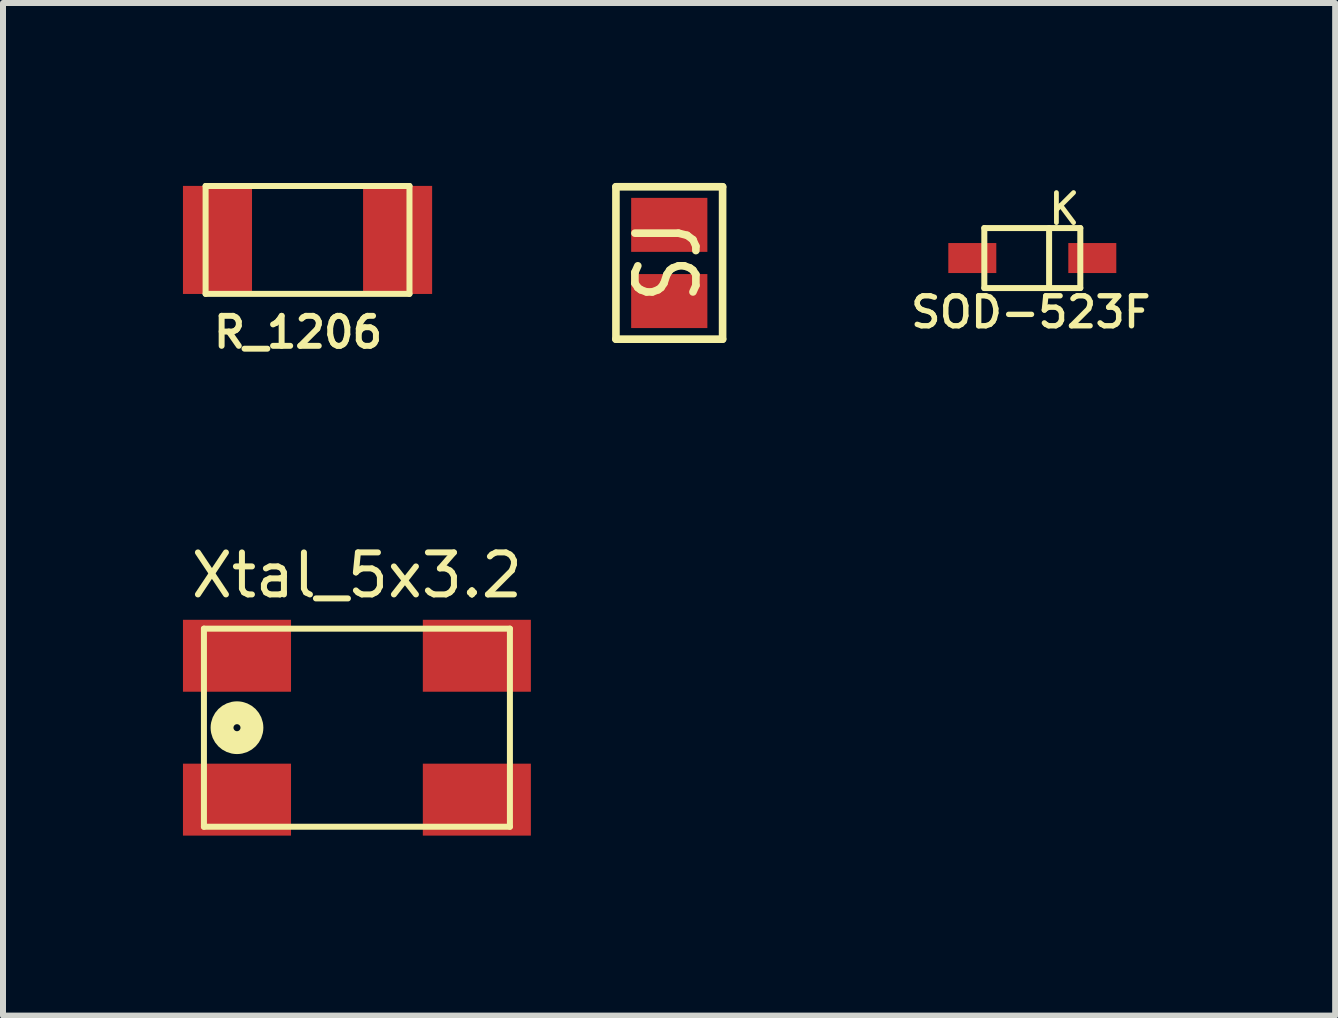
<source format=kicad_pcb>
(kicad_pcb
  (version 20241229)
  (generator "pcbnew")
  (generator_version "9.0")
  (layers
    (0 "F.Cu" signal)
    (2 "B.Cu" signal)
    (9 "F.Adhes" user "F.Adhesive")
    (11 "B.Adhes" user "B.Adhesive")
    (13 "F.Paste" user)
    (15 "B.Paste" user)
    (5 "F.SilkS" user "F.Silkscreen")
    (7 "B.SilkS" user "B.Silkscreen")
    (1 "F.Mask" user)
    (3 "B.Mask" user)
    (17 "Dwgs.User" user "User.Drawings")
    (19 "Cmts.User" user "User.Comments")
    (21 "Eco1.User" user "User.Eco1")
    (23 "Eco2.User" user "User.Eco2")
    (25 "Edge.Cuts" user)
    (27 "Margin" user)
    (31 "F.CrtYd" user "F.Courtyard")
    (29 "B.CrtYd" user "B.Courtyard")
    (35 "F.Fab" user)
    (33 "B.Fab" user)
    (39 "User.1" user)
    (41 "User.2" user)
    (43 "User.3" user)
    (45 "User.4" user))
  (footprint "SJ"
    (layer "F.Cu")
    (at 8.105 1.333)
    (property "Reference" "SJ" (at -0.02 -0.025 90) (layer "F.SilkS") (effects (font (size 1.016 0.762) (thickness 0.127))))
    (attr exclude_from_pos_files exclude_from_bom)
    (fp_line (start -0.889 -1.27) (end -0.889 1.27) (stroke (width 0.127) (type solid)) (layer "F.SilkS"))
    (fp_line (start -0.889 -1.27) (end 0.889 -1.27) (stroke (width 0.127) (type solid)) (layer "F.SilkS"))
    (fp_line (start 0.889 1.27) (end -0.889 1.27) (stroke (width 0.127) (type solid)) (layer "F.SilkS"))
    (fp_line (start 0.889 1.27) (end 0.889 -1.27) (stroke (width 0.127) (type solid)) (layer "F.SilkS"))
    (pad "1" smd rect (at 0 -0.635) (size 1.27 0.9) (layers "F.Cu" "F.Mask"))
    (pad "2" smd rect (at 0 0.635) (size 1.27 0.9) (layers "F.Cu" "F.Mask")))
  (footprint "SOD-523F"
    (layer "F.Cu")
    (at 14.156 1.251)
    (property "Reference" "SOD-523F" (at -0.025 0.902 0) (layer "F.SilkS") (effects (font (size 0.5 0.5) (thickness 0.09))))
    (attr smd)
    (fp_line (start -0.8 -0.5) (end -0.8 0.5) (stroke (width 0.1) (type solid)) (layer "F.SilkS"))
    (fp_line (start -0.8 -0.5) (end 0.8 -0.5) (stroke (width 0.1) (type solid)) (layer "F.SilkS"))
    (fp_line (start -0.8 0.5) (end 0.8 0.5) (stroke (width 0.1) (type solid)) (layer "F.SilkS"))
    (fp_line (start 0.28 0.5) (end 0.28 -0.5) (stroke (width 0.1) (type solid)) (layer "F.SilkS"))
    (fp_line (start 0.8 -0.5) (end 0.8 0.5) (stroke (width 0.1) (type solid)) (layer "F.SilkS"))
    (fp_text user "K" (at 0.533 -0.818 0) (layer "F.SilkS") (effects (font (size 0.5 0.5) (thickness 0.08))))
    (pad "1" smd rect (at 1 0) (size 0.8 0.5) (layers "F.Cu" "F.Mask" "F.Paste"))
    (pad "2" smd rect (at -1 0) (size 0.8 0.5) (layers "F.Cu" "F.Mask" "F.Paste")))
  (footprint "Xtal_5x3.2"
    (layer "F.Cu")
    (at 2.899 9.079)
    (property "Reference" "Xtal_5x3.2" (at 0 -2.54 0) (layer "F.SilkS") (effects (font (size 0.7 0.7) (thickness 0.1))))
    (attr through_hole)
    (fp_line (start -2.55 -1.651) (end 2.55 -1.651) (stroke (width 0.1) (type solid)) (layer "F.SilkS"))
    (fp_line (start -2.55 1.651) (end -2.55 -1.651) (stroke (width 0.1) (type solid)) (layer "F.SilkS"))
    (fp_line (start 2.55 -1.651) (end 2.55 1.651) (stroke (width 0.1) (type solid)) (layer "F.SilkS"))
    (fp_line (start 2.55 1.651) (end -2.55 1.651) (stroke (width 0.1) (type solid)) (layer "F.SilkS"))
    (fp_circle (center -1.999 0) (end -1.75 0) (stroke (width 0.381) (type solid)) (fill no) (layer "F.SilkS"))
    (pad "1" smd rect (at -1.999 1.199) (size 1.801 1.199) (layers "F.Cu" "F.Mask" "F.Paste"))
    (pad "2" smd rect (at 1.999 1.199) (size 1.801 1.199) (layers "F.Cu" "F.Mask" "F.Paste"))
    (pad "3" smd rect (at 1.999 -1.199) (size 1.801 1.199) (layers "F.Cu" "F.Mask" "F.Paste"))
    (pad "4" smd rect (at -1.999 -1.199) (size 1.801 1.199) (layers "F.Cu" "F.Mask" "F.Paste")))
  (footprint "R_1206"
    (layer "F.Cu")
    (at 2.076 0.949)
    (property "Reference" "R_1206" (at -0.158 1.539 0) (layer "F.SilkS") (effects (font (size 0.5 0.5) (thickness 0.099))))
    (attr smd)
    (fp_line (start -1.699 -0.899) (end 1.699 -0.899) (stroke (width 0.1) (type solid)) (layer "F.SilkS"))
    (fp_line (start -1.699 0.899) (end -1.699 -0.899) (stroke (width 0.1) (type solid)) (layer "F.SilkS"))
    (fp_line (start 1.699 -0.899) (end 1.699 0.899) (stroke (width 0.1) (type solid)) (layer "F.SilkS"))
    (fp_line (start 1.699 0.899) (end -1.699 0.899) (stroke (width 0.1) (type solid)) (layer "F.SilkS"))
    (pad "1" smd rect (at -1.501 0) (size 1.151 1.801) (layers "F.Cu" "F.Mask" "F.Paste"))
    (pad "2" smd rect (at 1.501 0) (size 1.151 1.801) (layers "F.Cu" "F.Mask" "F.Paste")))
  (gr_rect
    (start -3 -3)
    (end 19.204 13.878)
    (stroke (width 0.1) (type default))
    (fill no)
    (layer "Edge.Cuts")))
</source>
